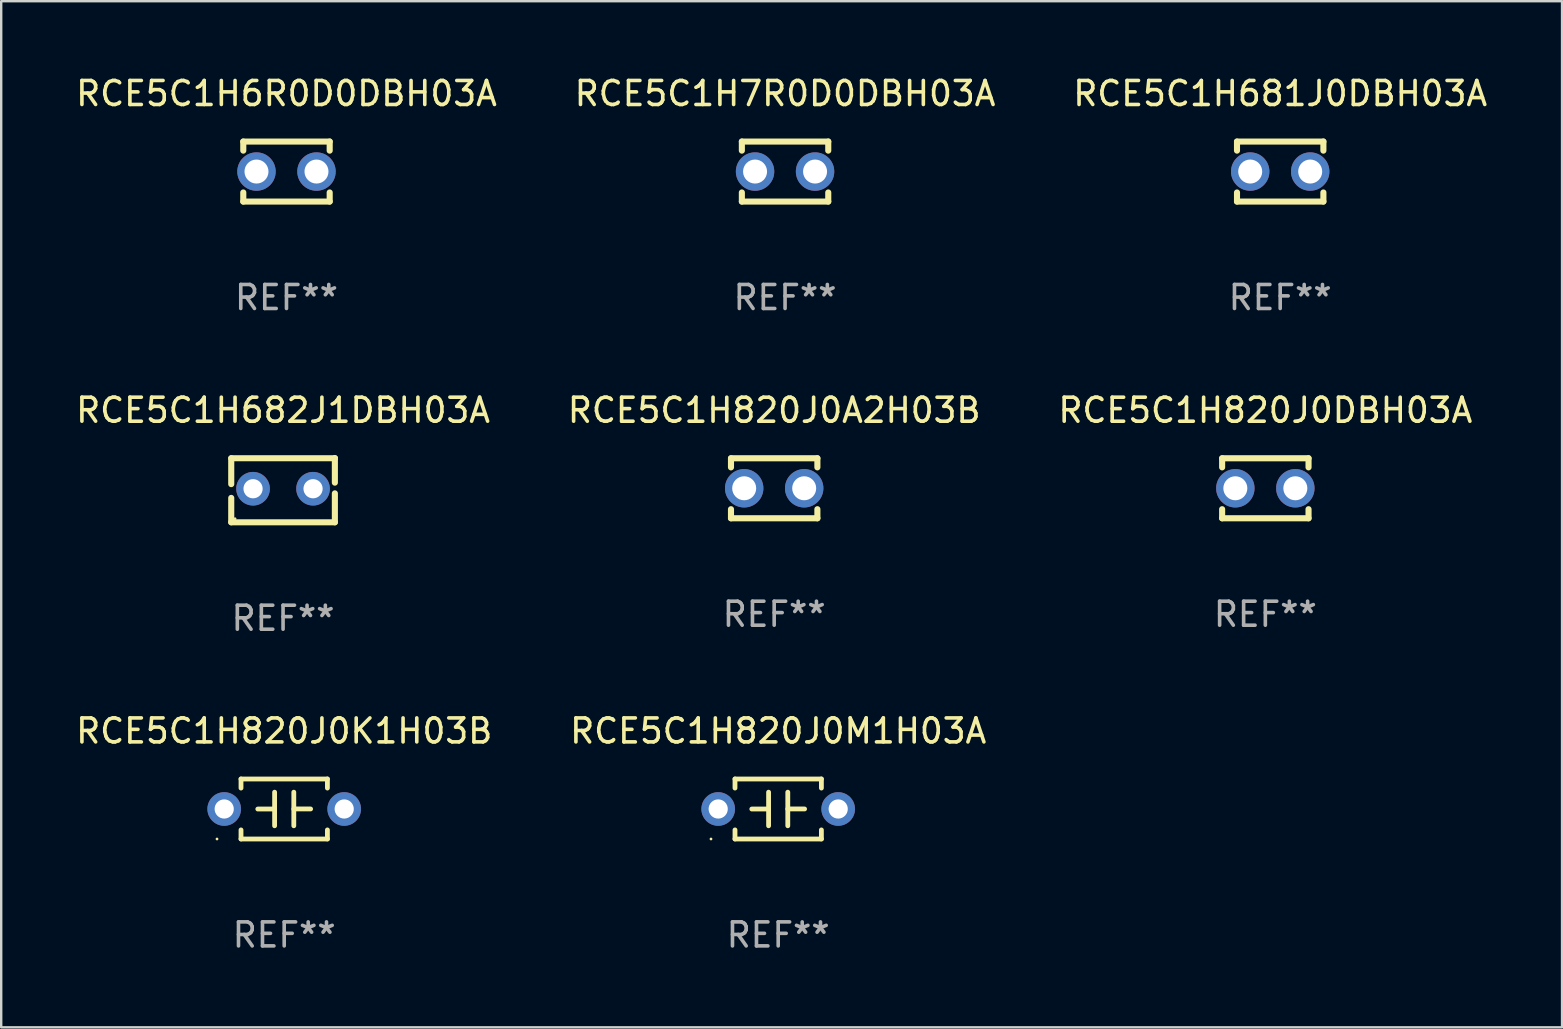
<source format=kicad_pcb>
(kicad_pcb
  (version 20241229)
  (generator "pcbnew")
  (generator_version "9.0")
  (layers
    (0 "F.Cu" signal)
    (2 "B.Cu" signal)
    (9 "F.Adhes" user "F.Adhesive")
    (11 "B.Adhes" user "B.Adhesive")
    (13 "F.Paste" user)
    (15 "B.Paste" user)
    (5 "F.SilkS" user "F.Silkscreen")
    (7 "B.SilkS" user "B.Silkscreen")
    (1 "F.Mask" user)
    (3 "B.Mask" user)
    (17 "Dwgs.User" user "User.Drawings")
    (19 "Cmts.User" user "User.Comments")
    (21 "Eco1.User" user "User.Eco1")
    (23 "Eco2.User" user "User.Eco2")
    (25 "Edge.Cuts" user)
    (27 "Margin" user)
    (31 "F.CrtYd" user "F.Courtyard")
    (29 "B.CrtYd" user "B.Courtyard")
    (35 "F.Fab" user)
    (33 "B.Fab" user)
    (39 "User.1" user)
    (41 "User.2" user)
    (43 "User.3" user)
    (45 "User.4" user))
  (footprint "RCE5C1H820J0DBH03A"
    (layer "F.Cu")
    (at 49.673 17.295)
    (property "Reference" "RCE5C1H820J0DBH03A" (at 0 -3.25 0) (layer "F.SilkS") (effects (font (size 1 1) (thickness 0.15))))
    (attr through_hole)
    (fp_line (start -1.8 -1.25) (end -1.8 -0.872) (stroke (width 0.254) (type solid)) (layer "F.SilkS"))
    (fp_line (start -1.8 -1.25) (end 1.8 -1.25) (stroke (width 0.254) (type solid)) (layer "F.SilkS"))
    (fp_line (start -1.8 0.872) (end -1.8 1.25) (stroke (width 0.254) (type solid)) (layer "F.SilkS"))
    (fp_line (start -1.8 1.25) (end 1.8 1.25) (stroke (width 0.254) (type solid)) (layer "F.SilkS"))
    (fp_line (start 1.8 -1.25) (end 1.8 -0.872) (stroke (width 0.254) (type solid)) (layer "F.SilkS"))
    (fp_line (start 1.8 0.872) (end 1.8 1.25) (stroke (width 0.254) (type solid)) (layer "F.SilkS"))
    (fp_circle (center -1.8 1.25) (end -1.77 1.25) (stroke (width 0.06) (type solid)) (fill no) (layer "F.SilkS"))
    (fp_text user "REF**" (at 0 5.25 0) (layer "F.Fab") (effects (font (size 1 1) (thickness 0.15))))
    (pad "1" thru_hole circle (at -1.25 0) (size 1.6 1.6) (drill 1) (layers "*.Cu" "*.Mask"))
    (pad "2" thru_hole circle (at 1.25 0) (size 1.6 1.6) (drill 1) (layers "*.Cu" "*.Mask")))
  (footprint "RCE5C1H820J0K1H03B"
    (layer "F.Cu")
    (at 8.792 30.658)
    (property "Reference" "RCE5C1H820J0K1H03B" (at 0 -3.25 0) (layer "F.SilkS") (effects (font (size 1 1) (thickness 0.15))))
    (attr through_hole)
    (fp_line (start -1.8 -1.25) (end -1.8 -0.872) (stroke (width 0.2) (type solid)) (layer "F.SilkS"))
    (fp_line (start -1.8 -1.25) (end 1.8 -1.25) (stroke (width 0.2) (type solid)) (layer "F.SilkS"))
    (fp_line (start -1.8 0.872) (end -1.8 1.25) (stroke (width 0.2) (type solid)) (layer "F.SilkS"))
    (fp_line (start -1.8 1.25) (end 1.8 1.25) (stroke (width 0.2) (type solid)) (layer "F.SilkS"))
    (fp_line (start -0.4 -0.7) (end -0.4 0.7) (stroke (width 0.2) (type solid)) (layer "F.SilkS"))
    (fp_line (start -0.4 0.002) (end -1.1 0.002) (stroke (width 0.2) (type solid)) (layer "F.SilkS"))
    (fp_line (start 0.4 -0.001) (end 1.1 -0.001) (stroke (width 0.2) (type solid)) (layer "F.SilkS"))
    (fp_line (start 0.4 0.7) (end 0.4 -0.7) (stroke (width 0.2) (type solid)) (layer "F.SilkS"))
    (fp_line (start 1.8 -1.25) (end 1.8 -0.872) (stroke (width 0.2) (type solid)) (layer "F.SilkS"))
    (fp_line (start 1.8 0.872) (end 1.8 1.25) (stroke (width 0.2) (type solid)) (layer "F.SilkS"))
    (fp_circle (center -2.8 1.25) (end -2.77 1.25) (stroke (width 0.06) (type solid)) (fill no) (layer "F.SilkS"))
    (fp_text user "REF**" (at 0 5.25 0) (layer "F.Fab") (effects (font (size 1 1) (thickness 0.15))))
    (pad "1" thru_hole circle (at -2.5 0) (size 1.4 1.4) (drill 0.8) (layers "*.Cu" "*.Mask"))
    (pad "2" thru_hole circle (at 2.5 0) (size 1.4 1.4) (drill 0.8) (layers "*.Cu" "*.Mask")))
  (footprint "RCE5C1H820J0A2H03B"
    (layer "F.Cu")
    (at 29.208 17.295)
    (property "Reference" "RCE5C1H820J0A2H03B" (at 0 -3.25 0) (layer "F.SilkS") (effects (font (size 1 1) (thickness 0.15))))
    (attr through_hole)
    (fp_line (start -1.8 -1.25) (end -1.8 -0.872) (stroke (width 0.254) (type solid)) (layer "F.SilkS"))
    (fp_line (start -1.8 -1.25) (end 1.8 -1.25) (stroke (width 0.254) (type solid)) (layer "F.SilkS"))
    (fp_line (start -1.8 0.872) (end -1.8 1.25) (stroke (width 0.254) (type solid)) (layer "F.SilkS"))
    (fp_line (start -1.8 1.25) (end 1.8 1.25) (stroke (width 0.254) (type solid)) (layer "F.SilkS"))
    (fp_line (start 1.8 -1.25) (end 1.8 -0.872) (stroke (width 0.254) (type solid)) (layer "F.SilkS"))
    (fp_line (start 1.8 0.872) (end 1.8 1.25) (stroke (width 0.254) (type solid)) (layer "F.SilkS"))
    (fp_circle (center -1.8 1.25) (end -1.77 1.25) (stroke (width 0.06) (type solid)) (fill no) (layer "F.SilkS"))
    (fp_text user "REF**" (at 0 5.25 0) (layer "F.Fab") (effects (font (size 1 1) (thickness 0.15))))
    (pad "1" thru_hole circle (at -1.25 0) (size 1.6 1.6) (drill 1) (layers "*.Cu" "*.Mask"))
    (pad "2" thru_hole circle (at 1.25 0) (size 1.6 1.6) (drill 1) (layers "*.Cu" "*.Mask")))
  (footprint "RCE5C1H820J0M1H03A"
    (layer "F.Cu")
    (at 29.375 30.658)
    (property "Reference" "RCE5C1H820J0M1H03A" (at 0 -3.25 0) (layer "F.SilkS") (effects (font (size 1 1) (thickness 0.15))))
    (attr through_hole)
    (fp_line (start -1.8 -1.25) (end -1.8 -0.872) (stroke (width 0.2) (type solid)) (layer "F.SilkS"))
    (fp_line (start -1.8 -1.25) (end 1.8 -1.25) (stroke (width 0.2) (type solid)) (layer "F.SilkS"))
    (fp_line (start -1.8 0.872) (end -1.8 1.25) (stroke (width 0.2) (type solid)) (layer "F.SilkS"))
    (fp_line (start -1.8 1.25) (end 1.8 1.25) (stroke (width 0.2) (type solid)) (layer "F.SilkS"))
    (fp_line (start -0.4 -0.7) (end -0.4 0.7) (stroke (width 0.2) (type solid)) (layer "F.SilkS"))
    (fp_line (start -0.4 0.002) (end -1.1 0.002) (stroke (width 0.2) (type solid)) (layer "F.SilkS"))
    (fp_line (start 0.4 -0.001) (end 1.1 -0.001) (stroke (width 0.2) (type solid)) (layer "F.SilkS"))
    (fp_line (start 0.4 0.7) (end 0.4 -0.7) (stroke (width 0.2) (type solid)) (layer "F.SilkS"))
    (fp_line (start 1.8 -1.25) (end 1.8 -0.872) (stroke (width 0.2) (type solid)) (layer "F.SilkS"))
    (fp_line (start 1.8 0.872) (end 1.8 1.25) (stroke (width 0.2) (type solid)) (layer "F.SilkS"))
    (fp_circle (center -2.8 1.25) (end -2.77 1.25) (stroke (width 0.06) (type solid)) (fill no) (layer "F.SilkS"))
    (fp_text user "REF**" (at 0 5.25 0) (layer "F.Fab") (effects (font (size 1 1) (thickness 0.15))))
    (pad "1" thru_hole circle (at -2.5 0) (size 1.4 1.4) (drill 0.8) (layers "*.Cu" "*.Mask"))
    (pad "2" thru_hole circle (at 2.5 0) (size 1.4 1.4) (drill 0.8) (layers "*.Cu" "*.Mask")))
  (footprint "RCE5C1H682J1DBH03A"
    (layer "F.Cu")
    (at 8.744 17.378)
    (property "Reference" "RCE5C1H682J1DBH03A" (at 0 -3.334 0) (layer "F.SilkS") (effects (font (size 1 1) (thickness 0.15))))
    (attr through_hole)
    (fp_line (start -2.159 -1.334) (end 2.159 -1.334) (stroke (width 0.254) (type solid)) (layer "F.SilkS"))
    (fp_line (start -2.159 -0.256) (end -2.159 -1.334) (stroke (width 0.254) (type solid)) (layer "F.SilkS"))
    (fp_line (start -2.159 1.334) (end -2.159 0.318) (stroke (width 0.254) (type solid)) (layer "F.SilkS"))
    (fp_line (start 2.159 -1.334) (end 2.159 -1.334) (stroke (width 0.254) (type solid)) (layer "F.SilkS"))
    (fp_line (start 2.159 -1.334) (end 2.159 -0.318) (stroke (width 0.254) (type solid)) (layer "F.SilkS"))
    (fp_line (start 2.159 0.129) (end 2.159 1.334) (stroke (width 0.254) (type solid)) (layer "F.SilkS"))
    (fp_line (start 2.159 1.334) (end -2.159 1.334) (stroke (width 0.254) (type solid)) (layer "F.SilkS"))
    (fp_circle (center -2 1.186) (end -1.97 1.186) (stroke (width 0.06) (type solid)) (fill no) (layer "F.SilkS"))
    (fp_text user "REF**" (at 0 5.334 0) (layer "F.Fab") (effects (font (size 1 1) (thickness 0.15))))
    (pad "1" thru_hole circle (at -1.25 -0.064) (size 1.4 1.4) (drill 0.8) (layers "*.Cu" "*.Mask"))
    (pad "2" thru_hole circle (at 1.25 -0.064) (size 1.4 1.4) (drill 0.8) (layers "*.Cu" "*.Mask")))
  (footprint "RCE5C1H6R0D0DBH03A"
    (layer "F.Cu")
    (at 8.887 4.098)
    (property "Reference" "RCE5C1H6R0D0DBH03A" (at 0 -3.25 0) (layer "F.SilkS") (effects (font (size 1 1) (thickness 0.15))))
    (attr through_hole)
    (fp_line (start -1.8 -1.25) (end -1.8 -0.872) (stroke (width 0.254) (type solid)) (layer "F.SilkS"))
    (fp_line (start -1.8 -1.25) (end 1.8 -1.25) (stroke (width 0.254) (type solid)) (layer "F.SilkS"))
    (fp_line (start -1.8 0.872) (end -1.8 1.25) (stroke (width 0.254) (type solid)) (layer "F.SilkS"))
    (fp_line (start -1.8 1.25) (end 1.8 1.25) (stroke (width 0.254) (type solid)) (layer "F.SilkS"))
    (fp_line (start 1.8 -1.25) (end 1.8 -0.872) (stroke (width 0.254) (type solid)) (layer "F.SilkS"))
    (fp_line (start 1.8 0.872) (end 1.8 1.25) (stroke (width 0.254) (type solid)) (layer "F.SilkS"))
    (fp_circle (center -1.8 1.25) (end -1.77 1.25) (stroke (width 0.06) (type solid)) (fill no) (layer "F.SilkS"))
    (fp_text user "REF**" (at 0 5.25 0) (layer "F.Fab") (effects (font (size 1 1) (thickness 0.15))))
    (pad "1" thru_hole circle (at -1.25 0) (size 1.6 1.6) (drill 1) (layers "*.Cu" "*.Mask"))
    (pad "2" thru_hole circle (at 1.25 0) (size 1.6 1.6) (drill 1) (layers "*.Cu" "*.Mask")))
  (footprint "RCE5C1H7R0D0DBH03A"
    (layer "F.Cu")
    (at 29.661 4.098)
    (property "Reference" "RCE5C1H7R0D0DBH03A" (at 0 -3.25 0) (layer "F.SilkS") (effects (font (size 1 1) (thickness 0.15))))
    (attr through_hole)
    (fp_line (start -1.8 -1.25) (end -1.8 -0.872) (stroke (width 0.254) (type solid)) (layer "F.SilkS"))
    (fp_line (start -1.8 -1.25) (end 1.8 -1.25) (stroke (width 0.254) (type solid)) (layer "F.SilkS"))
    (fp_line (start -1.8 0.872) (end -1.8 1.25) (stroke (width 0.254) (type solid)) (layer "F.SilkS"))
    (fp_line (start -1.8 1.25) (end 1.8 1.25) (stroke (width 0.254) (type solid)) (layer "F.SilkS"))
    (fp_line (start 1.8 -1.25) (end 1.8 -0.872) (stroke (width 0.254) (type solid)) (layer "F.SilkS"))
    (fp_line (start 1.8 0.872) (end 1.8 1.25) (stroke (width 0.254) (type solid)) (layer "F.SilkS"))
    (fp_circle (center -1.8 1.25) (end -1.77 1.25) (stroke (width 0.06) (type solid)) (fill no) (layer "F.SilkS"))
    (fp_text user "REF**" (at 0 5.25 0) (layer "F.Fab") (effects (font (size 1 1) (thickness 0.15))))
    (pad "1" thru_hole circle (at -1.25 0) (size 1.6 1.6) (drill 1) (layers "*.Cu" "*.Mask"))
    (pad "2" thru_hole circle (at 1.25 0) (size 1.6 1.6) (drill 1) (layers "*.Cu" "*.Mask")))
  (footprint "RCE5C1H681J0DBH03A"
    (layer "F.Cu")
    (at 50.292 4.098)
    (property "Reference" "RCE5C1H681J0DBH03A" (at 0 -3.25 0) (layer "F.SilkS") (effects (font (size 1 1) (thickness 0.15))))
    (attr through_hole)
    (fp_line (start -1.8 -1.25) (end -1.8 -0.872) (stroke (width 0.254) (type solid)) (layer "F.SilkS"))
    (fp_line (start -1.8 -1.25) (end 1.8 -1.25) (stroke (width 0.254) (type solid)) (layer "F.SilkS"))
    (fp_line (start -1.8 0.872) (end -1.8 1.25) (stroke (width 0.254) (type solid)) (layer "F.SilkS"))
    (fp_line (start -1.8 1.25) (end 1.8 1.25) (stroke (width 0.254) (type solid)) (layer "F.SilkS"))
    (fp_line (start 1.8 -1.25) (end 1.8 -0.872) (stroke (width 0.254) (type solid)) (layer "F.SilkS"))
    (fp_line (start 1.8 0.872) (end 1.8 1.25) (stroke (width 0.254) (type solid)) (layer "F.SilkS"))
    (fp_circle (center -1.8 1.25) (end -1.77 1.25) (stroke (width 0.06) (type solid)) (fill no) (layer "F.SilkS"))
    (fp_text user "REF**" (at 0 5.25 0) (layer "F.Fab") (effects (font (size 1 1) (thickness 0.15))))
    (pad "1" thru_hole circle (at -1.25 0) (size 1.6 1.6) (drill 1) (layers "*.Cu" "*.Mask"))
    (pad "2" thru_hole circle (at 1.25 0) (size 1.6 1.6) (drill 1) (layers "*.Cu" "*.Mask")))
  (gr_rect
    (start -3 -3)
    (end 62.036 39.757)
    (stroke (width 0.1) (type default))
    (fill no)
    (layer "Edge.Cuts")))
</source>
